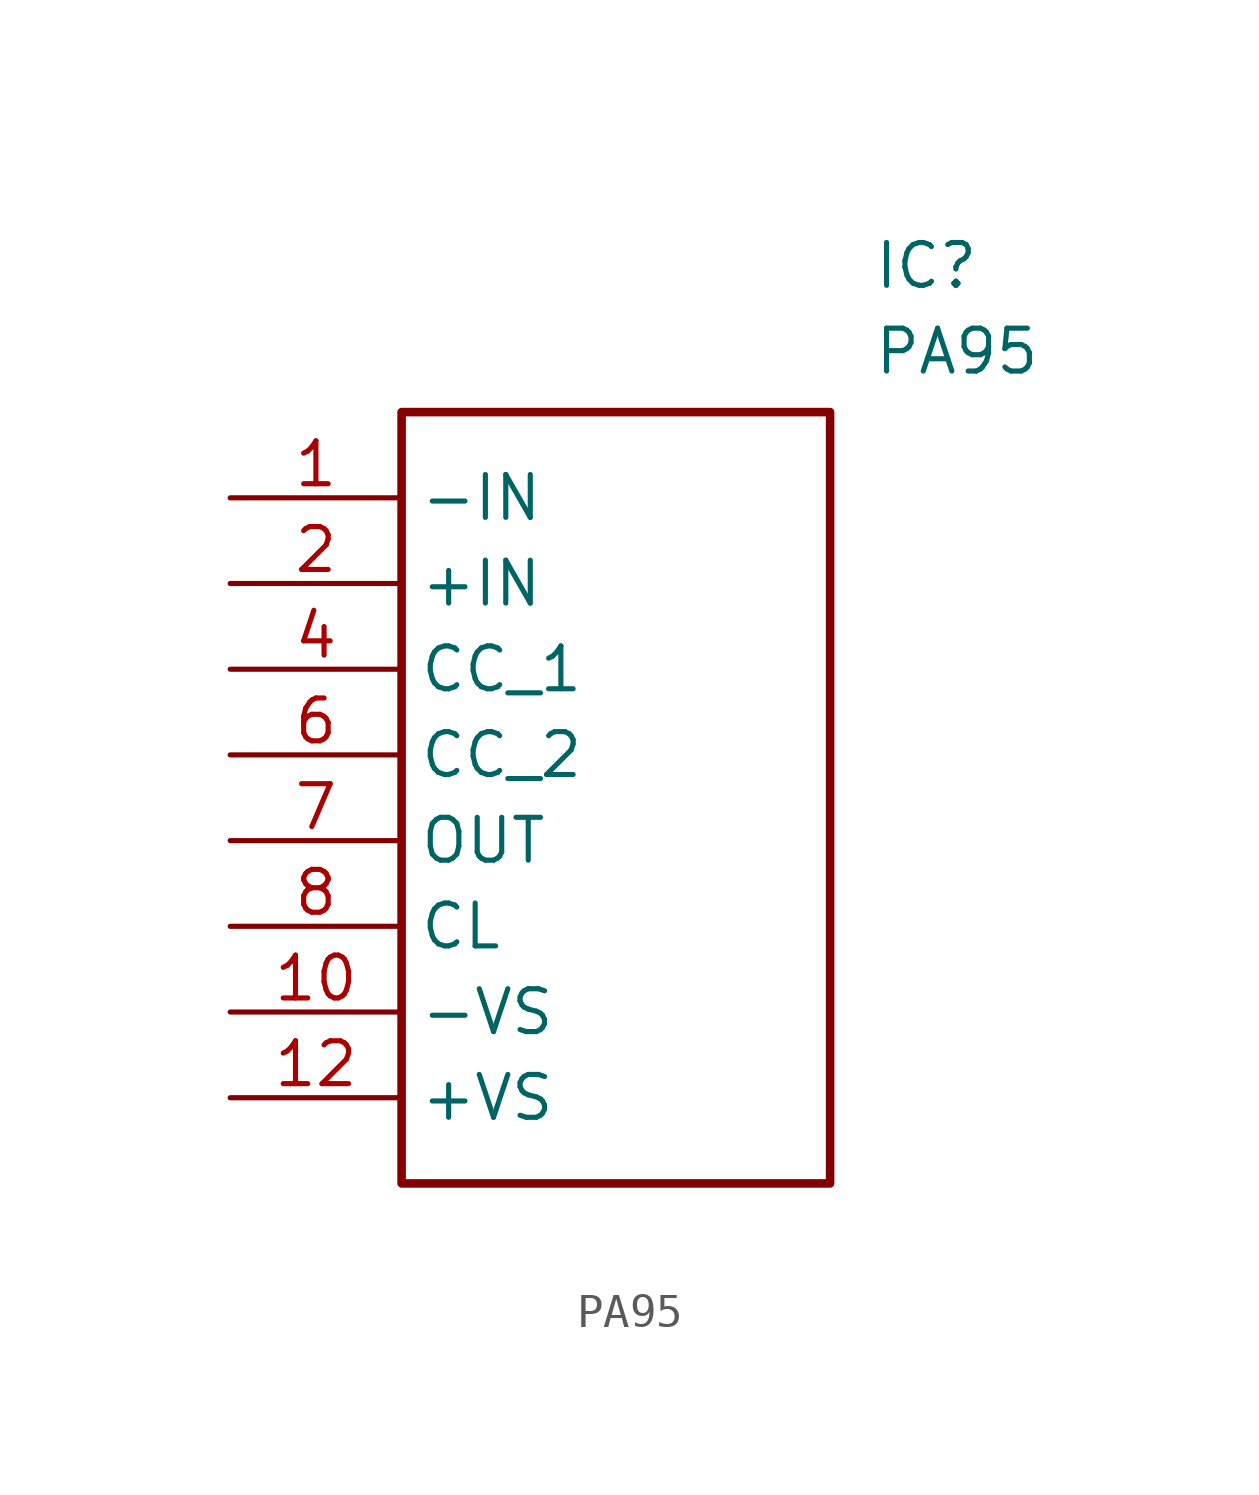
<source format=kicad_sym>
(kicad_symbol_lib
  (version 20241209)
  (generator "kicad_symbol_editor")
  (generator_version "9.0")
  (symbol "PA95"
    (property "Reference" "IC"
      (at 19.05 7.62 0)
      (effects (font (size 1.27 1.27)) (justify left top)))
    (property "Value" "PA95"
      (at 19.05 5.08 0)
      (effects (font (size 1.27 1.27)) (justify left top)))
    (symbol "PA95_1_1"
      (rectangle (start 5.08 2.54) (end 17.78 -20.32) (stroke (width 0.254) (type solid)) (fill (type none)))
      (pin passive line (at 0 0 0) (length 5.08) (name "-IN" (effects (font (size 1.27 1.27)))) (number "1" (effects (font (size 1.27 1.27)))))
      (pin passive line (at 0 -2.54 0) (length 5.08) (name "+IN" (effects (font (size 1.27 1.27)))) (number "2" (effects (font (size 1.27 1.27)))))
      (pin passive line (at 0 -5.08 0) (length 5.08) (name "CC_1" (effects (font (size 1.27 1.27)))) (number "4" (effects (font (size 1.27 1.27)))))
      (pin passive line (at 0 -7.62 0) (length 5.08) (name "CC_2" (effects (font (size 1.27 1.27)))) (number "6" (effects (font (size 1.27 1.27)))))
      (pin passive line (at 0 -10.16 0) (length 5.08) (name "OUT" (effects (font (size 1.27 1.27)))) (number "7" (effects (font (size 1.27 1.27)))))
      (pin passive line (at 0 -12.7 0) (length 5.08) (name "CL" (effects (font (size 1.27 1.27)))) (number "8" (effects (font (size 1.27 1.27)))))
      (pin passive line (at 0 -15.24 0) (length 5.08) (name "-VS" (effects (font (size 1.27 1.27)))) (number "10" (effects (font (size 1.27 1.27)))))
      (pin passive line (at 0 -17.78 0) (length 5.08) (name "+VS" (effects (font (size 1.27 1.27)))) (number "12" (effects (font (size 1.27 1.27))))))))
</source>
